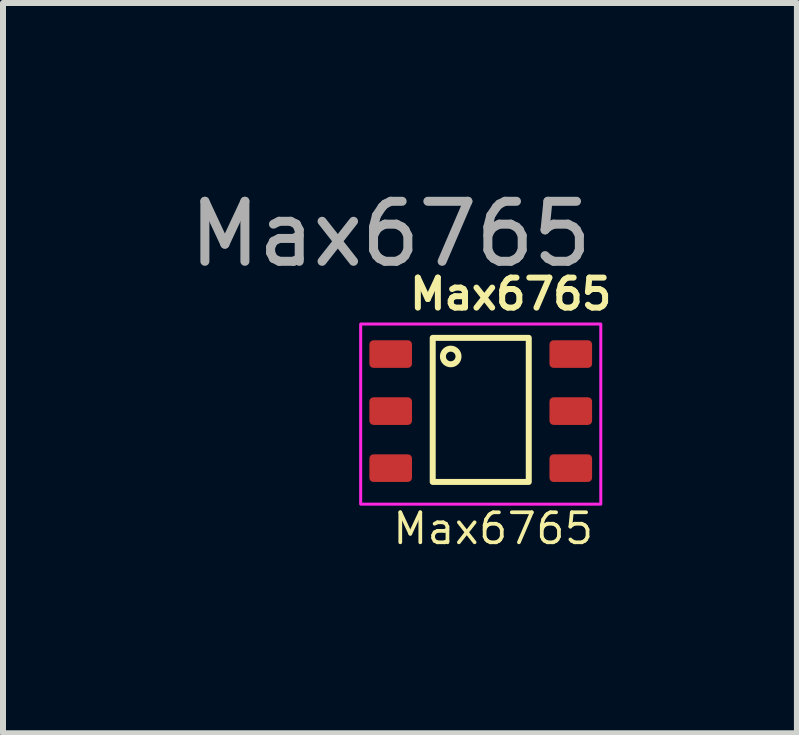
<source format=kicad_pcb>
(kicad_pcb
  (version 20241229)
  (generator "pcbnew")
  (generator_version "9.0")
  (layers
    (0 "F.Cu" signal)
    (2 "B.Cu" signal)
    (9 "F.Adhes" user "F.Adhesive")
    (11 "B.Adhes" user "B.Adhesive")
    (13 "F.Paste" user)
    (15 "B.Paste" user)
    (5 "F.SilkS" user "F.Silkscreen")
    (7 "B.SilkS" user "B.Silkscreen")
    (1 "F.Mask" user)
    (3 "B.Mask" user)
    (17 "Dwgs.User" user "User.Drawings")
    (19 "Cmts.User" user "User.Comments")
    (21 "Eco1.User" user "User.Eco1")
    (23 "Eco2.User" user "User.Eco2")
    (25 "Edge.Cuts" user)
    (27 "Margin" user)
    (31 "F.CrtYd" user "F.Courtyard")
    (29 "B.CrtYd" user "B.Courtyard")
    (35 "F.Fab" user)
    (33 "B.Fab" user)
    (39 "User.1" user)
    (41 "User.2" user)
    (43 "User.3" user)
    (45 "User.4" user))
  (footprint "Max6765"
    (layer "F.Cu")
    (at 3.458 2.848)
    (property "Reference" "Max6765" (at 2 -1 0) (unlocked yes) (layer "F.SilkS") (effects (font (size 0.5 0.5) (thickness 0.1))))
    (attr smd)
    (fp_rect (start 0.7 -0.27) (end 2.3 2.13) (stroke (width 0.1) (type default)) (fill no) (layer "F.SilkS"))
    (fp_circle (center 1 0.04) (end 1.05 0.16) (stroke (width 0.1) (type default)) (fill no) (layer "F.SilkS"))
    (fp_rect (start -0.5 -0.5) (end 3.5 2.5) (stroke (width 0.05) (type solid)) (fill no) (layer "F.CrtYd"))
    (fp_text user "Max6765" (at 0 3.2 0) (unlocked yes) (layer "F.SilkS") (effects (font (size 0.5 0.5) (thickness 0.062)) (justify left bottom)))
    (fp_text user "${REFERENCE}" (at 0 -2 0) (unlocked yes) (layer "F.Fab") (effects (font (size 1 1) (thickness 0.15))))
    (pad "1" smd roundrect (at 0 0) (size 0.71 0.46) (layers "F.Cu" "F.Mask" "F.Paste" "Eco1.User") (roundrect_rratio 0.15))
    (pad "2" smd roundrect (at 0 0.95) (size 0.71 0.46) (layers "F.Cu" "F.Mask" "F.Paste" "Eco1.User") (roundrect_rratio 0.15))
    (pad "3" smd roundrect (at 0 1.9) (size 0.71 0.46) (layers "F.Cu" "F.Mask" "F.Paste" "Eco1.User") (roundrect_rratio 0.15))
    (pad "4" smd roundrect (at 3 0) (size 0.71 0.46) (layers "F.Cu" "F.Mask" "F.Paste" "Eco1.User") (roundrect_rratio 0.15))
    (pad "5" smd roundrect (at 3 0.95) (size 0.71 0.46) (layers "F.Cu" "F.Mask" "F.Paste" "Eco1.User") (roundrect_rratio 0.15))
    (pad "6" smd roundrect (at 3 1.9) (size 0.71 0.46) (layers "F.Cu" "F.Mask" "F.Paste" "Eco1.User") (roundrect_rratio 0.15)))
  (gr_rect
    (start -3 -3)
    (end 10.225 9.165)
    (stroke (width 0.1) (type default))
    (fill no)
    (layer "Edge.Cuts")))
</source>
